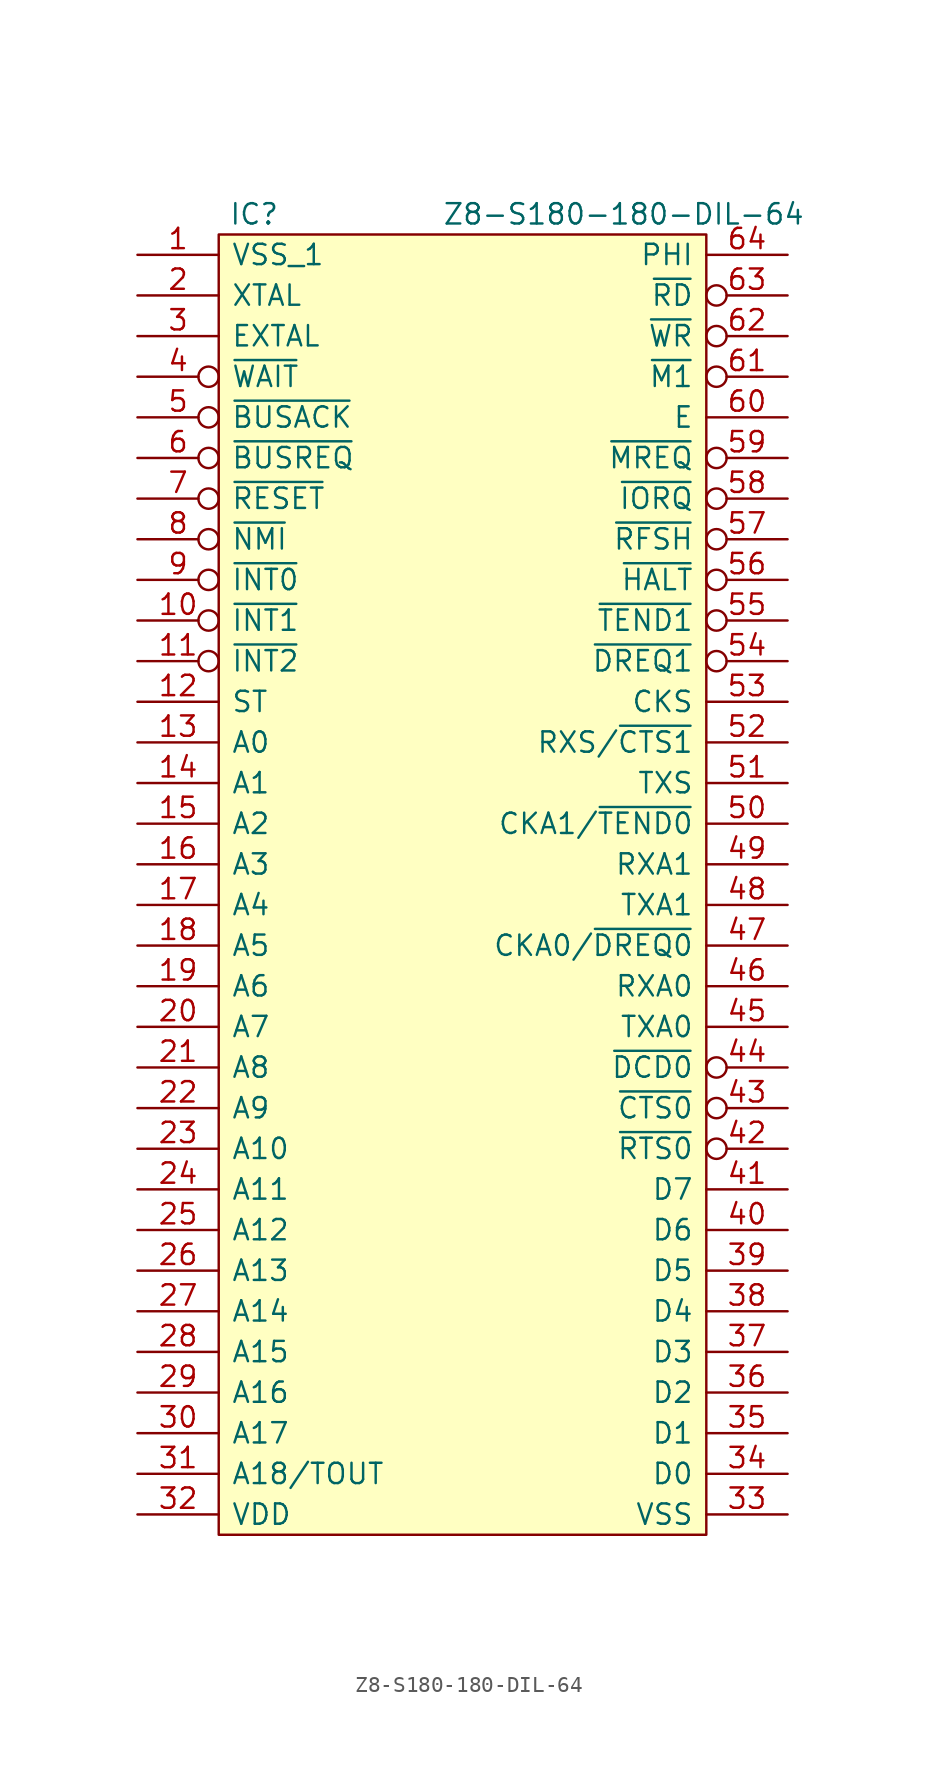
<source format=kicad_sym>
(kicad_symbol_lib
  (version 20211014)
  (generator kicad_symbol_editor)
  (symbol "Z8-S180-180-DIL-64"
    (pin_names
      (offset 0.762))
    (property "Reference" "IC"
      (at 0.635 1.27 0)
      (effects (font (size 1.27 1.27)) (justify left)))
    (property "Value" "Z8-S180-180-DIL-64"
      (at 13.97 1.27 0)
      (effects (font (size 1.27 1.27)) (justify left)))
    (symbol "Z8-S180-180-DIL-64_0_0"
      (pin power_in line (at -5.08 -1.27 0) (length 5.08) (name "VSS_1" (effects (font (size 1.27 1.27)))) (number "1" (effects (font (size 1.27 1.27)))))
      (pin input inverted (at -5.08 -24.13 0) (length 5.08) (name "~{INT1}" (effects (font (size 1.27 1.27)))) (number "10" (effects (font (size 1.27 1.27)))))
      (pin input inverted (at -5.08 -26.67 0) (length 5.08) (name "~{INT2}" (effects (font (size 1.27 1.27)))) (number "11" (effects (font (size 1.27 1.27)))))
      (pin output line (at -5.08 -29.21 0) (length 5.08) (name "ST" (effects (font (size 1.27 1.27)))) (number "12" (effects (font (size 1.27 1.27)))))
      (pin output line (at -5.08 -31.75 0) (length 5.08) (name "A0" (effects (font (size 1.27 1.27)))) (number "13" (effects (font (size 1.27 1.27)))))
      (pin output line (at -5.08 -34.29 0) (length 5.08) (name "A1" (effects (font (size 1.27 1.27)))) (number "14" (effects (font (size 1.27 1.27)))))
      (pin output line (at -5.08 -36.83 0) (length 5.08) (name "A2" (effects (font (size 1.27 1.27)))) (number "15" (effects (font (size 1.27 1.27)))))
      (pin output line (at -5.08 -39.37 0) (length 5.08) (name "A3" (effects (font (size 1.27 1.27)))) (number "16" (effects (font (size 1.27 1.27)))))
      (pin output line (at -5.08 -41.91 0) (length 5.08) (name "A4" (effects (font (size 1.27 1.27)))) (number "17" (effects (font (size 1.27 1.27)))))
      (pin output line (at -5.08 -44.45 0) (length 5.08) (name "A5" (effects (font (size 1.27 1.27)))) (number "18" (effects (font (size 1.27 1.27)))))
      (pin output line (at -5.08 -46.99 0) (length 5.08) (name "A6" (effects (font (size 1.27 1.27)))) (number "19" (effects (font (size 1.27 1.27)))))
      (pin input line (at -5.08 -3.81 0) (length 5.08) (name "XTAL" (effects (font (size 1.27 1.27)))) (number "2" (effects (font (size 1.27 1.27)))))
      (pin output line (at -5.08 -49.53 0) (length 5.08) (name "A7" (effects (font (size 1.27 1.27)))) (number "20" (effects (font (size 1.27 1.27)))))
      (pin output line (at -5.08 -52.07 0) (length 5.08) (name "A8" (effects (font (size 1.27 1.27)))) (number "21" (effects (font (size 1.27 1.27)))))
      (pin output line (at -5.08 -54.61 0) (length 5.08) (name "A9" (effects (font (size 1.27 1.27)))) (number "22" (effects (font (size 1.27 1.27)))))
      (pin output line (at -5.08 -57.15 0) (length 5.08) (name "A10" (effects (font (size 1.27 1.27)))) (number "23" (effects (font (size 1.27 1.27)))))
      (pin output line (at -5.08 -59.69 0) (length 5.08) (name "A11" (effects (font (size 1.27 1.27)))) (number "24" (effects (font (size 1.27 1.27)))))
      (pin output line (at -5.08 -62.23 0) (length 5.08) (name "A12" (effects (font (size 1.27 1.27)))) (number "25" (effects (font (size 1.27 1.27)))))
      (pin output line (at -5.08 -64.77 0) (length 5.08) (name "A13" (effects (font (size 1.27 1.27)))) (number "26" (effects (font (size 1.27 1.27)))))
      (pin output line (at -5.08 -67.31 0) (length 5.08) (name "A14" (effects (font (size 1.27 1.27)))) (number "27" (effects (font (size 1.27 1.27)))))
      (pin output line (at -5.08 -69.85 0) (length 5.08) (name "A15" (effects (font (size 1.27 1.27)))) (number "28" (effects (font (size 1.27 1.27)))))
      (pin output line (at -5.08 -72.39 0) (length 5.08) (name "A16" (effects (font (size 1.27 1.27)))) (number "29" (effects (font (size 1.27 1.27)))))
      (pin input line (at -5.08 -6.35 0) (length 5.08) (name "EXTAL" (effects (font (size 1.27 1.27)))) (number "3" (effects (font (size 1.27 1.27)))))
      (pin output line (at -5.08 -74.93 0) (length 5.08) (name "A17" (effects (font (size 1.27 1.27)))) (number "30" (effects (font (size 1.27 1.27)))))
      (pin output line (at -5.08 -77.47 0) (length 5.08) (name "A18/TOUT" (effects (font (size 1.27 1.27)))) (number "31" (effects (font (size 1.27 1.27)))))
      (pin power_in line (at -5.08 -80.01 0) (length 5.08) (name "VDD" (effects (font (size 1.27 1.27)))) (number "32" (effects (font (size 1.27 1.27)))))
      (pin power_in line (at 35.56 -80.01 180) (length 5.08) (name "VSS" (effects (font (size 1.27 1.27)))) (number "33" (effects (font (size 1.27 1.27)))))
      (pin tri_state line (at 35.56 -77.47 180) (length 5.08) (name "D0" (effects (font (size 1.27 1.27)))) (number "34" (effects (font (size 1.27 1.27)))))
      (pin tri_state line (at 35.56 -74.93 180) (length 5.08) (name "D1" (effects (font (size 1.27 1.27)))) (number "35" (effects (font (size 1.27 1.27)))))
      (pin tri_state line (at 35.56 -72.39 180) (length 5.08) (name "D2" (effects (font (size 1.27 1.27)))) (number "36" (effects (font (size 1.27 1.27)))))
      (pin tri_state line (at 35.56 -69.85 180) (length 5.08) (name "D3" (effects (font (size 1.27 1.27)))) (number "37" (effects (font (size 1.27 1.27)))))
      (pin tri_state line (at 35.56 -67.31 180) (length 5.08) (name "D4" (effects (font (size 1.27 1.27)))) (number "38" (effects (font (size 1.27 1.27)))))
      (pin tri_state line (at 35.56 -64.77 180) (length 5.08) (name "D5" (effects (font (size 1.27 1.27)))) (number "39" (effects (font (size 1.27 1.27)))))
      (pin bidirectional inverted (at -5.08 -8.89 0) (length 5.08) (name "~{WAIT}" (effects (font (size 1.27 1.27)))) (number "4" (effects (font (size 1.27 1.27)))))
      (pin tri_state line (at 35.56 -62.23 180) (length 5.08) (name "D6" (effects (font (size 1.27 1.27)))) (number "40" (effects (font (size 1.27 1.27)))))
      (pin tri_state line (at 35.56 -59.69 180) (length 5.08) (name "D7" (effects (font (size 1.27 1.27)))) (number "41" (effects (font (size 1.27 1.27)))))
      (pin output inverted (at 35.56 -57.15 180) (length 5.08) (name "~{RTS0}" (effects (font (size 1.27 1.27)))) (number "42" (effects (font (size 1.27 1.27)))))
      (pin input inverted (at 35.56 -54.61 180) (length 5.08) (name "~{CTS0}" (effects (font (size 1.27 1.27)))) (number "43" (effects (font (size 1.27 1.27)))))
      (pin input inverted (at 35.56 -52.07 180) (length 5.08) (name "~{DCD0}" (effects (font (size 1.27 1.27)))) (number "44" (effects (font (size 1.27 1.27)))))
      (pin output line (at 35.56 -49.53 180) (length 5.08) (name "TXA0" (effects (font (size 1.27 1.27)))) (number "45" (effects (font (size 1.27 1.27)))))
      (pin output line (at 35.56 -46.99 180) (length 5.08) (name "RXA0" (effects (font (size 1.27 1.27)))) (number "46" (effects (font (size 1.27 1.27)))))
      (pin bidirectional line (at 35.56 -44.45 180) (length 5.08) (name "CKA0/~{DREQ0}" (effects (font (size 1.27 1.27)))) (number "47" (effects (font (size 1.27 1.27)))))
      (pin output line (at 35.56 -41.91 180) (length 5.08) (name "TXA1" (effects (font (size 1.27 1.27)))) (number "48" (effects (font (size 1.27 1.27)))))
      (pin input line (at 35.56 -39.37 180) (length 5.08) (name "RXA1" (effects (font (size 1.27 1.27)))) (number "49" (effects (font (size 1.27 1.27)))))
      (pin output inverted (at -5.08 -11.43 0) (length 5.08) (name "~{BUSACK}" (effects (font (size 1.27 1.27)))) (number "5" (effects (font (size 1.27 1.27)))))
      (pin bidirectional line (at 35.56 -36.83 180) (length 5.08) (name "CKA1/~{TEND0}" (effects (font (size 1.27 1.27)))) (number "50" (effects (font (size 1.27 1.27)))))
      (pin output line (at 35.56 -34.29 180) (length 5.08) (name "TXS" (effects (font (size 1.27 1.27)))) (number "51" (effects (font (size 1.27 1.27)))))
      (pin input line (at 35.56 -31.75 180) (length 5.08) (name "RXS/~{CTS1}" (effects (font (size 1.27 1.27)))) (number "52" (effects (font (size 1.27 1.27)))))
      (pin bidirectional line (at 35.56 -29.21 180) (length 5.08) (name "CKS" (effects (font (size 1.27 1.27)))) (number "53" (effects (font (size 1.27 1.27)))))
      (pin input inverted (at 35.56 -26.67 180) (length 5.08) (name "~{DREQ1}" (effects (font (size 1.27 1.27)))) (number "54" (effects (font (size 1.27 1.27)))))
      (pin output inverted (at 35.56 -24.13 180) (length 5.08) (name "~{TEND1}" (effects (font (size 1.27 1.27)))) (number "55" (effects (font (size 1.27 1.27)))))
      (pin output inverted (at 35.56 -21.59 180) (length 5.08) (name "~{HALT}" (effects (font (size 1.27 1.27)))) (number "56" (effects (font (size 1.27 1.27)))))
      (pin output inverted (at 35.56 -19.05 180) (length 5.08) (name "~{RFSH}" (effects (font (size 1.27 1.27)))) (number "57" (effects (font (size 1.27 1.27)))))
      (pin output inverted (at 35.56 -16.51 180) (length 5.08) (name "~{IORQ}" (effects (font (size 1.27 1.27)))) (number "58" (effects (font (size 1.27 1.27)))))
      (pin output inverted (at 35.56 -13.97 180) (length 5.08) (name "~{MREQ}" (effects (font (size 1.27 1.27)))) (number "59" (effects (font (size 1.27 1.27)))))
      (pin input inverted (at -5.08 -13.97 0) (length 5.08) (name "~{BUSREQ}" (effects (font (size 1.27 1.27)))) (number "6" (effects (font (size 1.27 1.27)))))
      (pin output line (at 35.56 -11.43 180) (length 5.08) (name "E" (effects (font (size 1.27 1.27)))) (number "60" (effects (font (size 1.27 1.27)))))
      (pin output inverted (at 35.56 -8.89 180) (length 5.08) (name "~{M1}" (effects (font (size 1.27 1.27)))) (number "61" (effects (font (size 1.27 1.27)))))
      (pin output inverted (at 35.56 -6.35 180) (length 5.08) (name "~{WR}" (effects (font (size 1.27 1.27)))) (number "62" (effects (font (size 1.27 1.27)))))
      (pin output inverted (at 35.56 -3.81 180) (length 5.08) (name "~{RD}" (effects (font (size 1.27 1.27)))) (number "63" (effects (font (size 1.27 1.27)))))
      (pin output line (at 35.56 -1.27 180) (length 5.08) (name "PHI" (effects (font (size 1.27 1.27)))) (number "64" (effects (font (size 1.27 1.27)))))
      (pin input inverted (at -5.08 -16.51 0) (length 5.08) (name "~{RESET}" (effects (font (size 1.27 1.27)))) (number "7" (effects (font (size 1.27 1.27)))))
      (pin input inverted (at -5.08 -19.05 0) (length 5.08) (name "~{NMI}" (effects (font (size 1.27 1.27)))) (number "8" (effects (font (size 1.27 1.27)))))
      (pin input inverted (at -5.08 -21.59 0) (length 5.08) (name "~{INT0}" (effects (font (size 1.27 1.27)))) (number "9" (effects (font (size 1.27 1.27))))))
    (symbol "Z8-S180-180-DIL-64_0_1"
      (rectangle (start 0 0) (end 30.48 -81.28) (stroke (width 0.152) (type solid)) (fill (type background))))))
</source>
